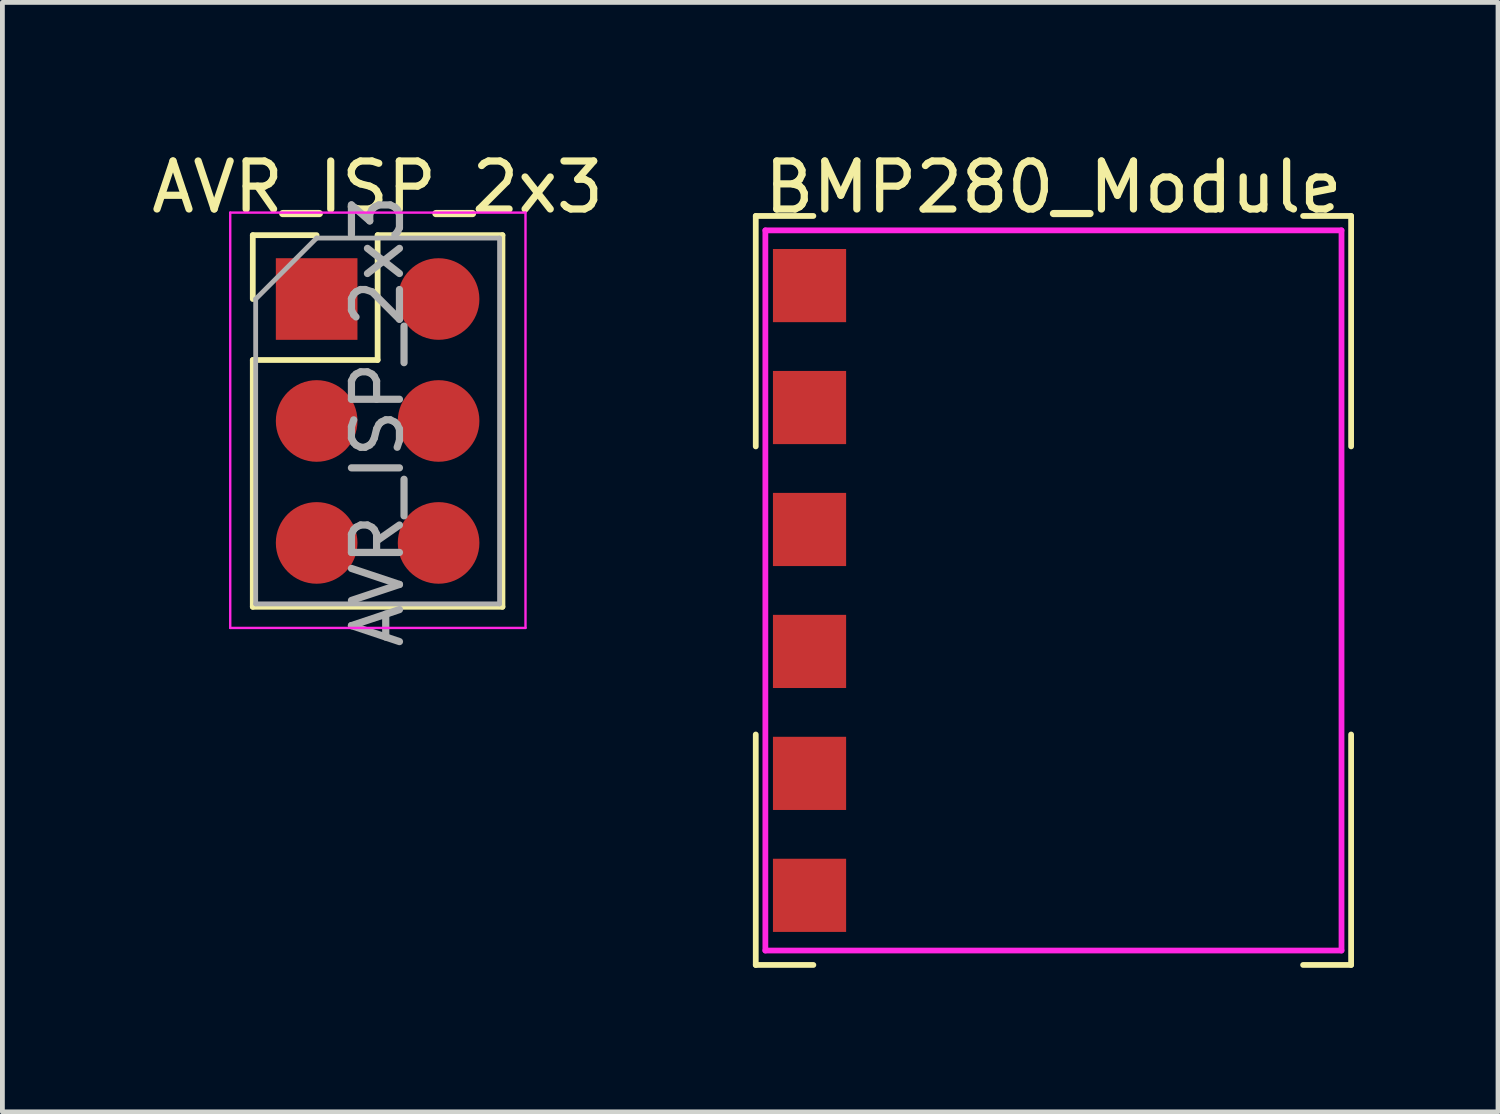
<source format=kicad_pcb>
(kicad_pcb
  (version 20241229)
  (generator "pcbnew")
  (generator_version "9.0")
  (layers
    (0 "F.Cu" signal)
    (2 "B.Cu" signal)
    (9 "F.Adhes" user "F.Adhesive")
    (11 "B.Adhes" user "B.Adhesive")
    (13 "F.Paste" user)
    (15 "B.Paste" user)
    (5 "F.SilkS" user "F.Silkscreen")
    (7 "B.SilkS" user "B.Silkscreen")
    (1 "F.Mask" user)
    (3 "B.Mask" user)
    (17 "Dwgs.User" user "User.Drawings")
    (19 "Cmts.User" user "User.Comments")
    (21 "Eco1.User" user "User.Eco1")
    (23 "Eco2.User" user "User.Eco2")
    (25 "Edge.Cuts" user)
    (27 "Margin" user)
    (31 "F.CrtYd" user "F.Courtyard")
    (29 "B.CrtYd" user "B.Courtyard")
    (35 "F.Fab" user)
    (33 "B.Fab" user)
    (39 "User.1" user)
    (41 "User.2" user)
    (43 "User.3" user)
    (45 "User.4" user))
  (footprint "AVR_ISP_2x3"
    (layer "F.Cu")
    (at 3.545 3.178)
    (property "Reference" "AVR_ISP_2x3" (at 1.27 -2.33 0) (layer "F.SilkS") (effects (font (size 1 1) (thickness 0.15))))
    (attr through_hole)
    (fp_line (start -1.33 -1.33) (end 0 -1.33) (stroke (width 0.12) (type solid)) (layer "F.SilkS"))
    (fp_line (start -1.33 0) (end -1.33 -1.33) (stroke (width 0.12) (type solid)) (layer "F.SilkS"))
    (fp_line (start -1.33 1.27) (end -1.33 6.41) (stroke (width 0.12) (type solid)) (layer "F.SilkS"))
    (fp_line (start -1.33 1.27) (end 1.27 1.27) (stroke (width 0.12) (type solid)) (layer "F.SilkS"))
    (fp_line (start -1.33 6.41) (end 3.87 6.41) (stroke (width 0.12) (type solid)) (layer "F.SilkS"))
    (fp_line (start 1.27 -1.33) (end 3.87 -1.33) (stroke (width 0.12) (type solid)) (layer "F.SilkS"))
    (fp_line (start 1.27 1.27) (end 1.27 -1.33) (stroke (width 0.12) (type solid)) (layer "F.SilkS"))
    (fp_line (start 3.87 -1.33) (end 3.87 6.41) (stroke (width 0.12) (type solid)) (layer "F.SilkS"))
    (fp_line (start -1.8 -1.8) (end -1.8 6.85) (stroke (width 0.05) (type solid)) (layer "F.CrtYd"))
    (fp_line (start -1.8 6.85) (end 4.35 6.85) (stroke (width 0.05) (type solid)) (layer "F.CrtYd"))
    (fp_line (start 4.35 -1.8) (end -1.8 -1.8) (stroke (width 0.05) (type solid)) (layer "F.CrtYd"))
    (fp_line (start 4.35 6.85) (end 4.35 -1.8) (stroke (width 0.05) (type solid)) (layer "F.CrtYd"))
    (fp_line (start -1.27 0) (end 0 -1.27) (stroke (width 0.1) (type solid)) (layer "F.Fab"))
    (fp_line (start -1.27 6.35) (end -1.27 0) (stroke (width 0.1) (type solid)) (layer "F.Fab"))
    (fp_line (start 0 -1.27) (end 3.81 -1.27) (stroke (width 0.1) (type solid)) (layer "F.Fab"))
    (fp_line (start 3.81 -1.27) (end 3.81 6.35) (stroke (width 0.1) (type solid)) (layer "F.Fab"))
    (fp_line (start 3.81 6.35) (end -1.27 6.35) (stroke (width 0.1) (type solid)) (layer "F.Fab"))
    (fp_text user "${REFERENCE}" (at 1.27 2.54 90) (layer "F.Fab") (effects (font (size 1 1) (thickness 0.15))))
    (pad "1" smd rect (at 0 0) (size 1.7 1.7) (layers "F.Cu" "F.Mask" "F.Paste"))
    (pad "2" smd oval (at 2.54 0) (size 1.7 1.7) (layers "F.Cu" "F.Mask" "F.Paste"))
    (pad "3" smd oval (at 0 2.54) (size 1.7 1.7) (layers "F.Cu" "F.Mask" "F.Paste"))
    (pad "4" smd oval (at 2.54 2.54) (size 1.7 1.7) (layers "F.Cu" "F.Mask" "F.Paste"))
    (pad "5" smd oval (at 0 5.08) (size 1.7 1.7) (layers "F.Cu" "F.Mask" "F.Paste"))
    (pad "6" smd oval (at 2.54 5.08) (size 1.7 1.7) (layers "F.Cu" "F.Mask" "F.Paste")))
  (footprint "BMP280_Module"
    (layer "F.Cu")
    (at 18.891 9.248)
    (property "Reference" "BMP280_Module" (at 0 -8.4 0) (layer "F.SilkS") (effects (font (size 1 1) (thickness 0.15))))
    (attr through_hole)
    (fp_line (start -6.2 -7.8) (end -5 -7.8) (stroke (width 0.12) (type solid)) (layer "F.SilkS"))
    (fp_line (start -6.2 -3) (end -6.2 -7.8) (stroke (width 0.12) (type solid)) (layer "F.SilkS"))
    (fp_line (start -6.2 3) (end -6.2 7.8) (stroke (width 0.12) (type solid)) (layer "F.SilkS"))
    (fp_line (start -6.2 7.8) (end -5 7.8) (stroke (width 0.12) (type solid)) (layer "F.SilkS"))
    (fp_line (start 6.2 -7.8) (end 5.2 -7.8) (stroke (width 0.12) (type solid)) (layer "F.SilkS"))
    (fp_line (start 6.2 -3) (end 6.2 -7.8) (stroke (width 0.12) (type solid)) (layer "F.SilkS"))
    (fp_line (start 6.2 3) (end 6.2 7.8) (stroke (width 0.12) (type solid)) (layer "F.SilkS"))
    (fp_line (start 6.2 7.8) (end 5.2 7.8) (stroke (width 0.12) (type solid)) (layer "F.SilkS"))
    (fp_line (start -6 -7.5) (end 6 -7.5) (stroke (width 0.12) (type solid)) (layer "F.CrtYd"))
    (fp_line (start -6 7.5) (end -6 -7.5) (stroke (width 0.12) (type solid)) (layer "F.CrtYd"))
    (fp_line (start 6 -7.5) (end 6 7.5) (stroke (width 0.12) (type solid)) (layer "F.CrtYd"))
    (fp_line (start 6 7.5) (end -6 7.5) (stroke (width 0.12) (type solid)) (layer "F.CrtYd"))
    (pad "1" smd rect (at -5.08 -6.35) (size 1.524 1.524) (layers "F.Cu" "F.Mask" "F.Paste"))
    (pad "2" smd rect (at -5.08 -3.81) (size 1.524 1.524) (layers "F.Cu" "F.Mask" "F.Paste"))
    (pad "3" smd rect (at -5.08 -1.27) (size 1.524 1.524) (layers "F.Cu" "F.Mask" "F.Paste"))
    (pad "4" smd rect (at -5.08 1.27) (size 1.524 1.524) (layers "F.Cu" "F.Mask" "F.Paste"))
    (pad "5" smd rect (at -5.08 3.81) (size 1.524 1.524) (layers "F.Cu" "F.Mask" "F.Paste"))
    (pad "6" smd rect (at -5.08 6.35) (size 1.524 1.524) (layers "F.Cu" "F.Mask" "F.Paste")))
  (gr_rect
    (start -3 -3)
    (end 28.151 20.108)
    (stroke (width 0.1) (type default))
    (fill no)
    (layer "Edge.Cuts")))
</source>
